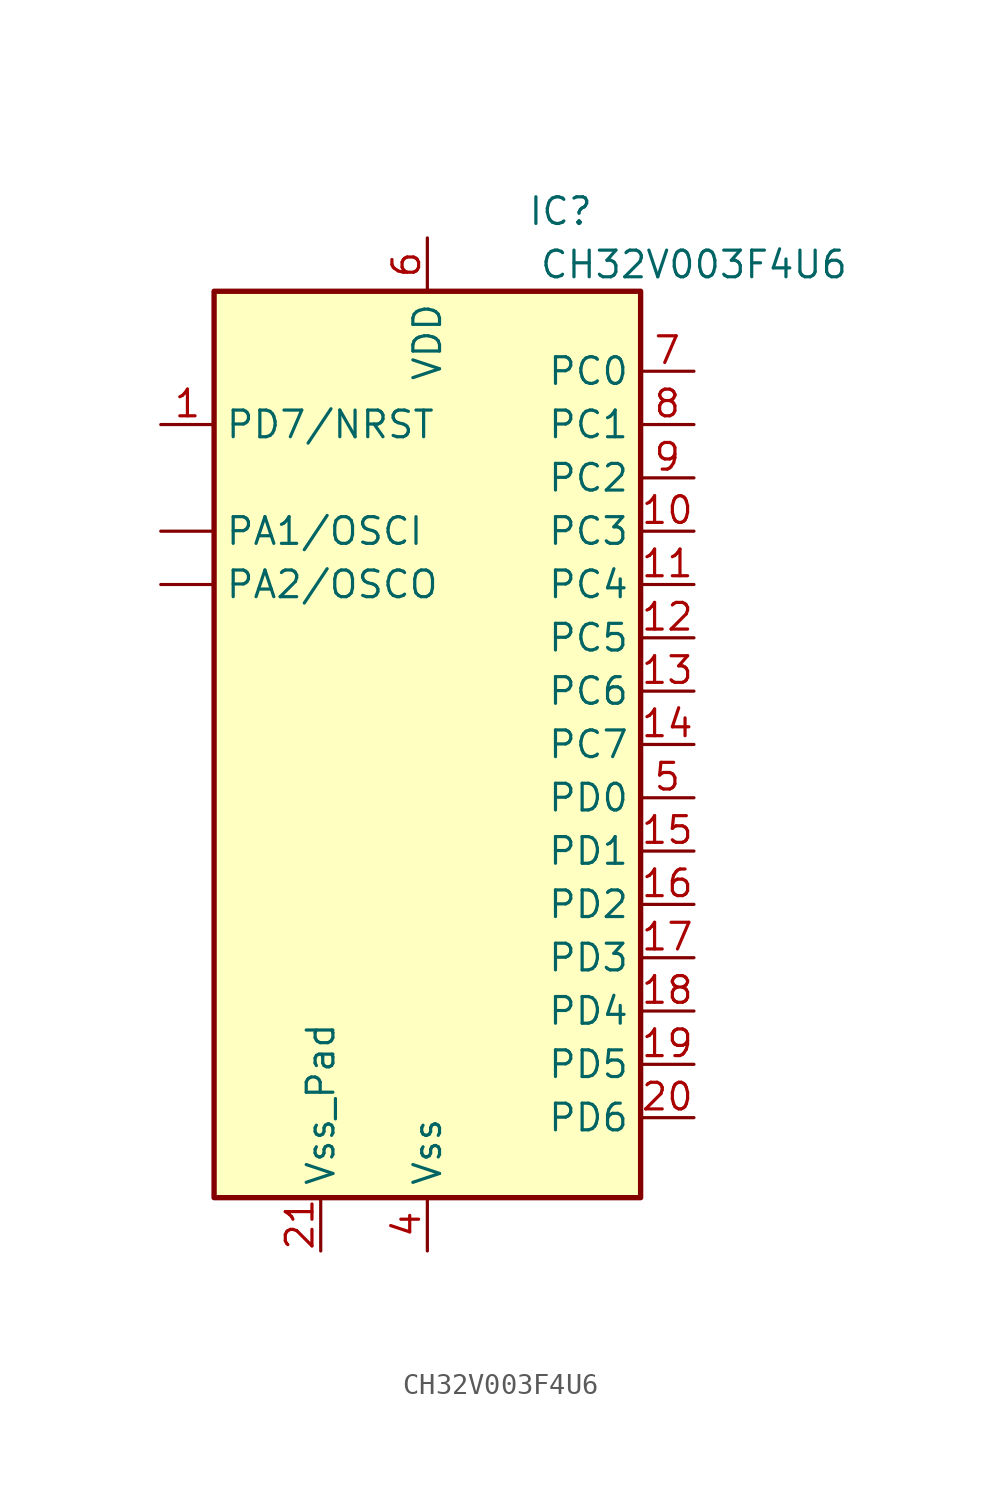
<source format=kicad_sym>
(kicad_symbol_lib
  (version 20220914)
  (generator kicad_symbol_editor)
  (symbol "CH32V003F4U6"
    (property "Reference" "IC"
      (at 6.35 8.89 0)
      (effects (font (size 1.27 1.27))))
    (property "Value" "CH32V003F4U6"
      (at 12.7 6.35 0)
      (effects (font (size 1.27 1.27))))
    (symbol "CH32V003F4U6_1_1"
      (rectangle (start -10.16 5.08) (end 10.16 -38.1) (stroke (width 0.254) (type default)) (fill (type background)))
      (pin input line (at -12.7 -6.35 0) (length 2.54) (name "PA1/OSCI" (effects (font (size 1.27 1.27)))) (number "" (effects (font (size 1.27 1.27)))))
      (pin input line (at -12.7 -8.89 0) (length 2.54) (name "PA2/OSCO" (effects (font (size 1.27 1.27)))) (number "" (effects (font (size 1.27 1.27)))))
      (pin input line (at -12.7 -1.27 0) (length 2.54) (name "PD7/NRST" (effects (font (size 1.27 1.27)))) (number "1" (effects (font (size 1.27 1.27)))))
      (pin input line (at 12.7 -6.35 180) (length 2.54) (name "PC3" (effects (font (size 1.27 1.27)))) (number "10" (effects (font (size 1.27 1.27)))))
      (pin input line (at 12.7 -8.89 180) (length 2.54) (name "PC4" (effects (font (size 1.27 1.27)))) (number "11" (effects (font (size 1.27 1.27)))))
      (pin input line (at 12.7 -11.43 180) (length 2.54) (name "PC5" (effects (font (size 1.27 1.27)))) (number "12" (effects (font (size 1.27 1.27)))))
      (pin input line (at 12.7 -13.97 180) (length 2.54) (name "PC6" (effects (font (size 1.27 1.27)))) (number "13" (effects (font (size 1.27 1.27)))))
      (pin input line (at 12.7 -16.51 180) (length 2.54) (name "PC7" (effects (font (size 1.27 1.27)))) (number "14" (effects (font (size 1.27 1.27)))))
      (pin input line (at 12.7 -21.59 180) (length 2.54) (name "PD1" (effects (font (size 1.27 1.27)))) (number "15" (effects (font (size 1.27 1.27)))))
      (pin input line (at 12.7 -24.13 180) (length 2.54) (name "PD2" (effects (font (size 1.27 1.27)))) (number "16" (effects (font (size 1.27 1.27)))))
      (pin input line (at 12.7 -26.67 180) (length 2.54) (name "PD3" (effects (font (size 1.27 1.27)))) (number "17" (effects (font (size 1.27 1.27)))))
      (pin input line (at 12.7 -29.21 180) (length 2.54) (name "PD4" (effects (font (size 1.27 1.27)))) (number "18" (effects (font (size 1.27 1.27)))))
      (pin input line (at 12.7 -31.75 180) (length 2.54) (name "PD5" (effects (font (size 1.27 1.27)))) (number "19" (effects (font (size 1.27 1.27)))))
      (pin input line (at 12.7 -34.29 180) (length 2.54) (name "PD6" (effects (font (size 1.27 1.27)))) (number "20" (effects (font (size 1.27 1.27)))))
      (pin input line (at -5.08 -40.64 90) (length 2.54) (name "Vss_Pad" (effects (font (size 1.27 1.27)))) (number "21" (effects (font (size 1.27 1.27)))))
      (pin input line (at 0 -40.64 90) (length 2.54) (name "Vss" (effects (font (size 1.27 1.27)))) (number "4" (effects (font (size 1.27 1.27)))))
      (pin input line (at 12.7 -19.05 180) (length 2.54) (name "PD0" (effects (font (size 1.27 1.27)))) (number "5" (effects (font (size 1.27 1.27)))))
      (pin input line (at 0 7.62 270) (length 2.54) (name "VDD" (effects (font (size 1.27 1.27)))) (number "6" (effects (font (size 1.27 1.27)))))
      (pin input line (at 12.7 1.27 180) (length 2.54) (name "PC0" (effects (font (size 1.27 1.27)))) (number "7" (effects (font (size 1.27 1.27)))))
      (pin input line (at 12.7 -1.27 180) (length 2.54) (name "PC1" (effects (font (size 1.27 1.27)))) (number "8" (effects (font (size 1.27 1.27)))))
      (pin input line (at 12.7 -3.81 180) (length 2.54) (name "PC2" (effects (font (size 1.27 1.27)))) (number "9" (effects (font (size 1.27 1.27))))))))
</source>
